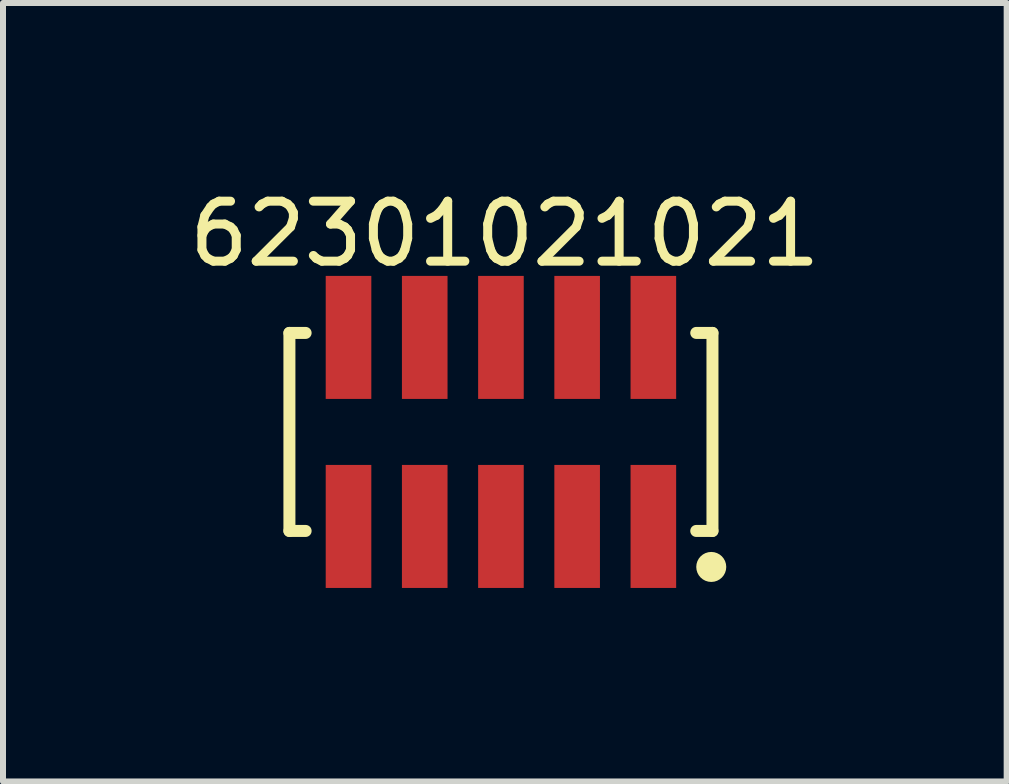
<source format=kicad_pcb>
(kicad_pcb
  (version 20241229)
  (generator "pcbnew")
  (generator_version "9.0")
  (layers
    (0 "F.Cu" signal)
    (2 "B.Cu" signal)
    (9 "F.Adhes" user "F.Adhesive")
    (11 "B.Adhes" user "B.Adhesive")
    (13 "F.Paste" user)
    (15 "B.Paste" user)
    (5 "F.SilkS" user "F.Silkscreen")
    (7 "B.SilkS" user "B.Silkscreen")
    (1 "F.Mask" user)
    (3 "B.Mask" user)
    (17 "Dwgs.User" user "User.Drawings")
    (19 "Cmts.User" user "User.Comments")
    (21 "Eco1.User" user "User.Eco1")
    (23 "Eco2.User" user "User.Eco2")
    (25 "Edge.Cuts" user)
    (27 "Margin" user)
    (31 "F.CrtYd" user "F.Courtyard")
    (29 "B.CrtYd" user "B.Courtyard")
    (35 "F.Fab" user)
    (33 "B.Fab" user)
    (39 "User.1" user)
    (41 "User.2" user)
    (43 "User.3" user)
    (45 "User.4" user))
  (footprint "62301021021"
    (layer "F.Cu")
    (at 5.298 4.148)
    (property "Reference" "62301021021" (at 0.065 -3.3 0) (layer "F.SilkS") (effects (font (size 1 1) (thickness 0.15))))
    (fp_line (start -3.525 -1.65) (end -3.255 -1.65) (stroke (width 0.2) (type solid)) (layer "F.SilkS"))
    (fp_line (start -3.525 1.65) (end -3.525 -1.65) (stroke (width 0.2) (type solid)) (layer "F.SilkS"))
    (fp_line (start -3.525 1.65) (end -3.255 1.65) (stroke (width 0.2) (type solid)) (layer "F.SilkS"))
    (fp_line (start 3.255 -1.65) (end 3.525 -1.65) (stroke (width 0.2) (type solid)) (layer "F.SilkS"))
    (fp_line (start 3.255 1.65) (end 3.525 1.65) (stroke (width 0.2) (type solid)) (layer "F.SilkS"))
    (fp_line (start 3.525 1.65) (end 3.525 -1.65) (stroke (width 0.2) (type solid)) (layer "F.SilkS"))
    (fp_circle (center 3.505 2.25) (end 3.505 2.125) (stroke (width 0.25) (type solid)) (fill no) (layer "F.SilkS"))
    (fp_line (start -3.725 -2.8) (end 3.725 -2.8) (stroke (width 0.05) (type solid)) (layer "Eco2.User"))
    (fp_line (start -3.725 2.8) (end -3.725 -2.8) (stroke (width 0.05) (type solid)) (layer "Eco2.User"))
    (fp_line (start -3.725 2.8) (end 3.725 2.8) (stroke (width 0.05) (type solid)) (layer "Eco2.User"))
    (fp_line (start -3.375 -1.55) (end 3.375 -1.55) (stroke (width 0.1) (type solid)) (layer "Eco2.User"))
    (fp_line (start -3.375 1.55) (end -3.375 -1.55) (stroke (width 0.1) (type solid)) (layer "Eco2.User"))
    (fp_line (start -3.375 1.55) (end 3.375 1.55) (stroke (width 0.1) (type solid)) (layer "Eco2.User"))
    (fp_line (start -2.79 -2.3) (end -2.29 -2.3) (stroke (width 0.1) (type solid)) (layer "Eco2.User"))
    (fp_line (start -2.79 -1.55) (end -2.79 -2.3) (stroke (width 0.1) (type solid)) (layer "Eco2.User"))
    (fp_line (start -2.79 2.3) (end -2.79 1.55) (stroke (width 0.1) (type solid)) (layer "Eco2.User"))
    (fp_line (start -2.79 2.3) (end -2.29 2.3) (stroke (width 0.1) (type solid)) (layer "Eco2.User"))
    (fp_line (start -2.29 -1.55) (end -2.29 -2.3) (stroke (width 0.1) (type solid)) (layer "Eco2.User"))
    (fp_line (start -2.29 2.3) (end -2.29 1.55) (stroke (width 0.1) (type solid)) (layer "Eco2.User"))
    (fp_line (start -1.52 -2.3) (end -1.02 -2.3) (stroke (width 0.1) (type solid)) (layer "Eco2.User"))
    (fp_line (start -1.52 -1.55) (end -1.52 -2.3) (stroke (width 0.1) (type solid)) (layer "Eco2.User"))
    (fp_line (start -1.52 2.3) (end -1.52 1.55) (stroke (width 0.1) (type solid)) (layer "Eco2.User"))
    (fp_line (start -1.52 2.3) (end -1.02 2.3) (stroke (width 0.1) (type solid)) (layer "Eco2.User"))
    (fp_line (start -1.02 -1.55) (end -1.02 -2.3) (stroke (width 0.1) (type solid)) (layer "Eco2.User"))
    (fp_line (start -1.02 2.3) (end -1.02 1.55) (stroke (width 0.1) (type solid)) (layer "Eco2.User"))
    (fp_line (start -0.5 0) (end 0.5 0) (stroke (width 0.05) (type solid)) (layer "Eco2.User"))
    (fp_line (start -0.25 -2.3) (end 0.25 -2.3) (stroke (width 0.1) (type solid)) (layer "Eco2.User"))
    (fp_line (start -0.25 -1.55) (end -0.25 -2.3) (stroke (width 0.1) (type solid)) (layer "Eco2.User"))
    (fp_line (start -0.25 2.3) (end -0.25 1.55) (stroke (width 0.1) (type solid)) (layer "Eco2.User"))
    (fp_line (start -0.25 2.3) (end 0.25 2.3) (stroke (width 0.1) (type solid)) (layer "Eco2.User"))
    (fp_line (start 0 0.5) (end 0 -0.5) (stroke (width 0.05) (type solid)) (layer "Eco2.User"))
    (fp_line (start 0.25 -1.55) (end 0.25 -2.3) (stroke (width 0.1) (type solid)) (layer "Eco2.User"))
    (fp_line (start 0.25 2.3) (end 0.25 1.55) (stroke (width 0.1) (type solid)) (layer "Eco2.User"))
    (fp_line (start 1.02 -2.3) (end 1.52 -2.3) (stroke (width 0.1) (type solid)) (layer "Eco2.User"))
    (fp_line (start 1.02 -1.55) (end 1.02 -2.3) (stroke (width 0.1) (type solid)) (layer "Eco2.User"))
    (fp_line (start 1.02 2.3) (end 1.02 1.55) (stroke (width 0.1) (type solid)) (layer "Eco2.User"))
    (fp_line (start 1.02 2.3) (end 1.52 2.3) (stroke (width 0.1) (type solid)) (layer "Eco2.User"))
    (fp_line (start 1.52 -1.55) (end 1.52 -2.3) (stroke (width 0.1) (type solid)) (layer "Eco2.User"))
    (fp_line (start 1.52 2.3) (end 1.52 1.55) (stroke (width 0.1) (type solid)) (layer "Eco2.User"))
    (fp_line (start 2.29 -2.3) (end 2.79 -2.3) (stroke (width 0.1) (type solid)) (layer "Eco2.User"))
    (fp_line (start 2.29 -1.55) (end 2.29 -2.3) (stroke (width 0.1) (type solid)) (layer "Eco2.User"))
    (fp_line (start 2.29 2.3) (end 2.29 1.55) (stroke (width 0.1) (type solid)) (layer "Eco2.User"))
    (fp_line (start 2.29 2.3) (end 2.79 2.3) (stroke (width 0.1) (type solid)) (layer "Eco2.User"))
    (fp_line (start 2.79 -1.55) (end 2.79 -2.3) (stroke (width 0.1) (type solid)) (layer "Eco2.User"))
    (fp_line (start 2.79 2.3) (end 2.79 1.55) (stroke (width 0.1) (type solid)) (layer "Eco2.User"))
    (fp_line (start 3.375 1.55) (end 3.375 -1.55) (stroke (width 0.1) (type solid)) (layer "Eco2.User"))
    (fp_line (start 3.725 2.8) (end 3.725 -2.8) (stroke (width 0.05) (type solid)) (layer "Eco2.User"))
    (fp_text user "${REFERENCE}" (at 0.1 -0.131 0) (unlocked yes) (layer "User.3") (effects (font (size 1 1) (thickness 0.1))))
    (pad "1" smd rect (at 2.54 1.575 180) (size 0.76 2.05) (layers "F.Cu" "F.Mask" "F.Paste"))
    (pad "2" smd rect (at 2.54 -1.575 180) (size 0.76 2.05) (layers "F.Cu" "F.Mask" "F.Paste"))
    (pad "3" smd rect (at 1.27 1.575 180) (size 0.76 2.05) (layers "F.Cu" "F.Mask" "F.Paste"))
    (pad "4" smd rect (at 1.27 -1.575 180) (size 0.76 2.05) (layers "F.Cu" "F.Mask" "F.Paste"))
    (pad "5" smd rect (at 0 1.575 180) (size 0.76 2.05) (layers "F.Cu" "F.Mask" "F.Paste"))
    (pad "6" smd rect (at 0 -1.575 180) (size 0.76 2.05) (layers "F.Cu" "F.Mask" "F.Paste"))
    (pad "7" smd rect (at -1.27 1.575 180) (size 0.76 2.05) (layers "F.Cu" "F.Mask" "F.Paste"))
    (pad "8" smd rect (at -1.27 -1.575 180) (size 0.76 2.05) (layers "F.Cu" "F.Mask" "F.Paste"))
    (pad "9" smd rect (at -2.54 1.575 180) (size 0.76 2.05) (layers "F.Cu" "F.Mask" "F.Paste"))
    (pad "10" smd rect (at -2.54 -1.575 180) (size 0.76 2.05) (layers "F.Cu" "F.Mask" "F.Paste")))
  (gr_rect
    (start -3 -3)
    (end 13.726 9.973)
    (stroke (width 0.1) (type default))
    (fill no)
    (layer "Edge.Cuts")))
</source>
